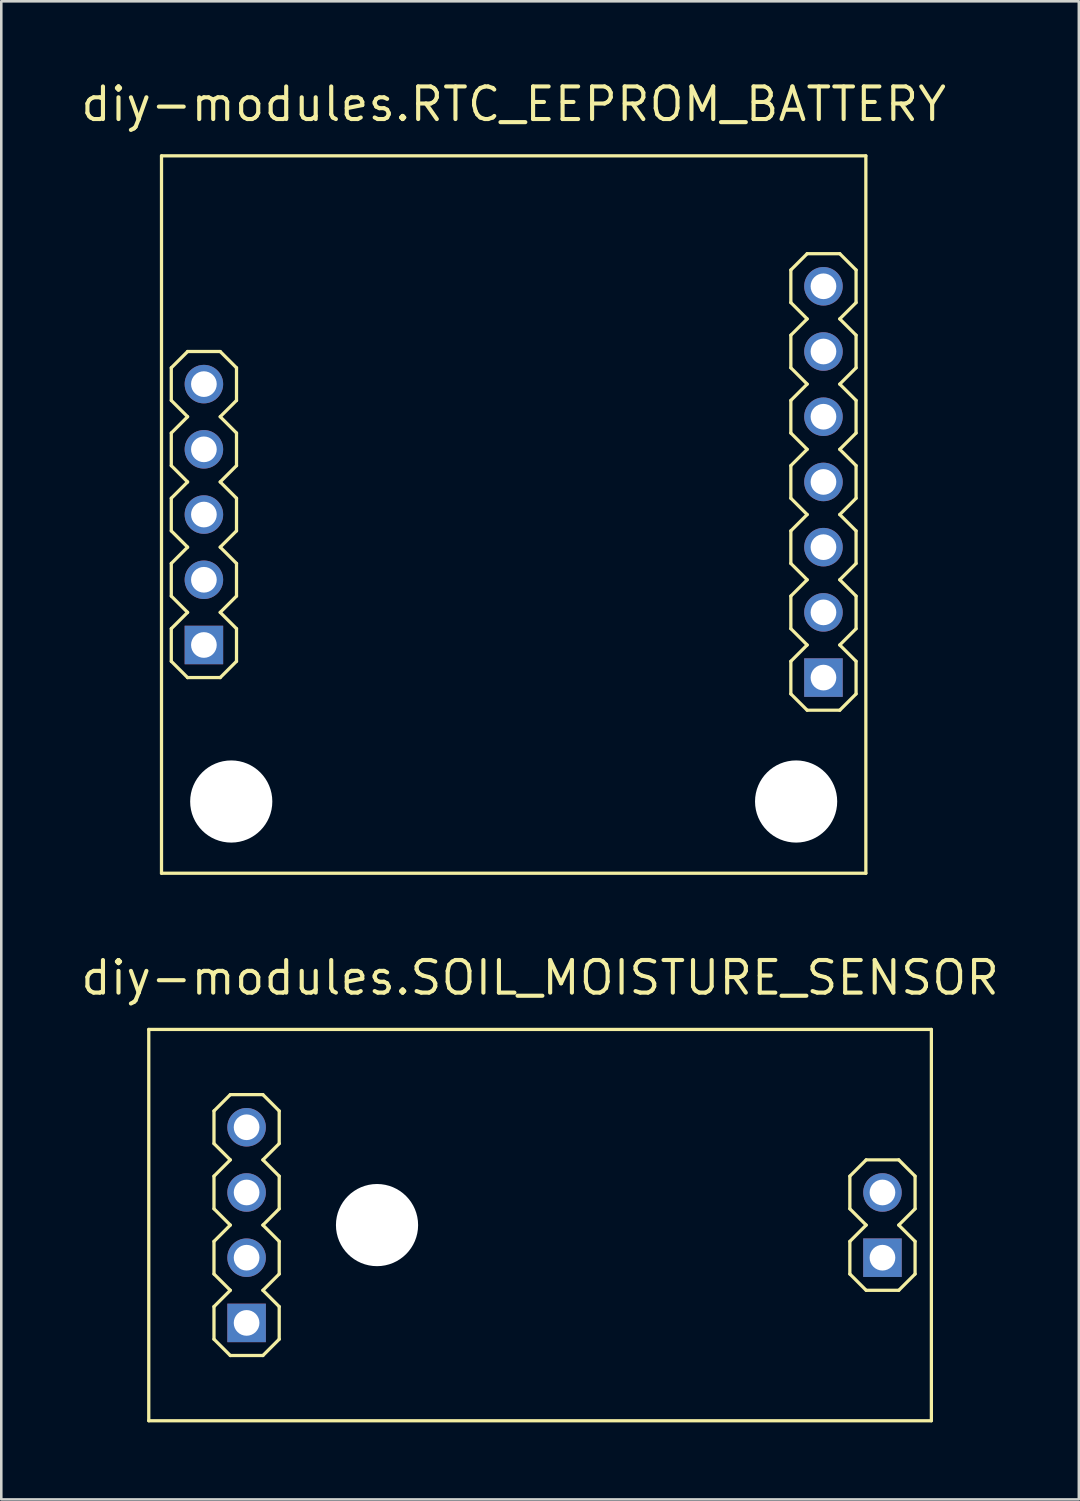
<source format=kicad_pcb>
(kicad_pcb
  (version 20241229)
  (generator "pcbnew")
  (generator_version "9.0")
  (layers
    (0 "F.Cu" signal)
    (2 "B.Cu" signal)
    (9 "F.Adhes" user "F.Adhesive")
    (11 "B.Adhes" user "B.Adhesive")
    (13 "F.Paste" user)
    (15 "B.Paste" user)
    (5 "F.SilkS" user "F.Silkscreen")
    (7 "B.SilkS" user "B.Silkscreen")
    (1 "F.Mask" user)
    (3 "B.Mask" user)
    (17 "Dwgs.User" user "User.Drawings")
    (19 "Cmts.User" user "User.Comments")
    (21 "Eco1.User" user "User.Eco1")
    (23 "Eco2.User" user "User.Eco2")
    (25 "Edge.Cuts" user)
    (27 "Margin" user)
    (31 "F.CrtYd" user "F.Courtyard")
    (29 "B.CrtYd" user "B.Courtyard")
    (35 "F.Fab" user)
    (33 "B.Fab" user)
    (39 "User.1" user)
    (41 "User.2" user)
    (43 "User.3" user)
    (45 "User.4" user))
  (footprint "diy-modules.RTC_EEPROM_BATTERY"
    (layer "F.Cu")
    (at 16.956 16.99)
    (property "Reference" "diy-modules.RTC_EEPROM_BATTERY" (at 0 -15.24 0) (layer "F.SilkS") (effects (font (size 1.27 1.27) (thickness 0.16)) (justify bottom)))
    (attr through_hole)
    (fp_line (start -13.716 -13.97) (end 13.716 -13.97) (stroke (width 0.127) (type default)) (layer "F.SilkS"))
    (fp_line (start -13.716 13.97) (end -13.716 -13.97) (stroke (width 0.127) (type default)) (layer "F.SilkS"))
    (fp_line (start -13.335 -5.715) (end -12.7 -6.35) (stroke (width 0.127) (type default)) (layer "F.SilkS"))
    (fp_line (start -13.335 -4.445) (end -13.335 -5.715) (stroke (width 0.127) (type default)) (layer "F.SilkS"))
    (fp_line (start -13.335 -3.175) (end -12.7 -3.81) (stroke (width 0.127) (type default)) (layer "F.SilkS"))
    (fp_line (start -13.335 -1.905) (end -13.335 -3.175) (stroke (width 0.127) (type default)) (layer "F.SilkS"))
    (fp_line (start -13.335 -0.635) (end -12.7 -1.27) (stroke (width 0.127) (type default)) (layer "F.SilkS"))
    (fp_line (start -13.335 0.635) (end -13.335 -0.635) (stroke (width 0.127) (type default)) (layer "F.SilkS"))
    (fp_line (start -13.335 1.905) (end -12.7 1.27) (stroke (width 0.127) (type default)) (layer "F.SilkS"))
    (fp_line (start -13.335 3.175) (end -13.335 1.905) (stroke (width 0.127) (type default)) (layer "F.SilkS"))
    (fp_line (start -13.335 4.445) (end -12.7 3.81) (stroke (width 0.127) (type default)) (layer "F.SilkS"))
    (fp_line (start -13.335 5.715) (end -13.335 4.445) (stroke (width 0.127) (type default)) (layer "F.SilkS"))
    (fp_line (start -12.7 -6.35) (end -11.43 -6.35) (stroke (width 0.127) (type default)) (layer "F.SilkS"))
    (fp_line (start -12.7 -3.81) (end -13.335 -4.445) (stroke (width 0.127) (type default)) (layer "F.SilkS"))
    (fp_line (start -12.7 -1.27) (end -13.335 -1.905) (stroke (width 0.127) (type default)) (layer "F.SilkS"))
    (fp_line (start -12.7 1.27) (end -13.335 0.635) (stroke (width 0.127) (type default)) (layer "F.SilkS"))
    (fp_line (start -12.7 3.81) (end -13.335 3.175) (stroke (width 0.127) (type default)) (layer "F.SilkS"))
    (fp_line (start -12.7 6.35) (end -13.335 5.715) (stroke (width 0.127) (type default)) (layer "F.SilkS"))
    (fp_line (start -11.43 -6.35) (end -10.795 -5.715) (stroke (width 0.127) (type default)) (layer "F.SilkS"))
    (fp_line (start -11.43 -3.81) (end -10.795 -3.175) (stroke (width 0.127) (type default)) (layer "F.SilkS"))
    (fp_line (start -11.43 -1.27) (end -10.795 -0.635) (stroke (width 0.127) (type default)) (layer "F.SilkS"))
    (fp_line (start -11.43 1.27) (end -10.795 1.905) (stroke (width 0.127) (type default)) (layer "F.SilkS"))
    (fp_line (start -11.43 3.81) (end -10.795 4.445) (stroke (width 0.127) (type default)) (layer "F.SilkS"))
    (fp_line (start -11.43 6.35) (end -12.7 6.35) (stroke (width 0.127) (type default)) (layer "F.SilkS"))
    (fp_line (start -10.795 -5.715) (end -10.795 -4.445) (stroke (width 0.127) (type default)) (layer "F.SilkS"))
    (fp_line (start -10.795 -4.445) (end -11.43 -3.81) (stroke (width 0.127) (type default)) (layer "F.SilkS"))
    (fp_line (start -10.795 -3.175) (end -10.795 -1.905) (stroke (width 0.127) (type default)) (layer "F.SilkS"))
    (fp_line (start -10.795 -1.905) (end -11.43 -1.27) (stroke (width 0.127) (type default)) (layer "F.SilkS"))
    (fp_line (start -10.795 -0.635) (end -10.795 0.635) (stroke (width 0.127) (type default)) (layer "F.SilkS"))
    (fp_line (start -10.795 0.635) (end -11.43 1.27) (stroke (width 0.127) (type default)) (layer "F.SilkS"))
    (fp_line (start -10.795 1.905) (end -10.795 3.175) (stroke (width 0.127) (type default)) (layer "F.SilkS"))
    (fp_line (start -10.795 3.175) (end -11.43 3.81) (stroke (width 0.127) (type default)) (layer "F.SilkS"))
    (fp_line (start -10.795 4.445) (end -10.795 5.715) (stroke (width 0.127) (type default)) (layer "F.SilkS"))
    (fp_line (start -10.795 5.715) (end -11.43 6.35) (stroke (width 0.127) (type default)) (layer "F.SilkS"))
    (fp_line (start 10.795 -9.525) (end 11.43 -10.16) (stroke (width 0.127) (type default)) (layer "F.SilkS"))
    (fp_line (start 10.795 -8.255) (end 10.795 -9.525) (stroke (width 0.127) (type default)) (layer "F.SilkS"))
    (fp_line (start 10.795 -6.985) (end 11.43 -7.62) (stroke (width 0.127) (type default)) (layer "F.SilkS"))
    (fp_line (start 10.795 -5.715) (end 10.795 -6.985) (stroke (width 0.127) (type default)) (layer "F.SilkS"))
    (fp_line (start 10.795 -4.445) (end 11.43 -5.08) (stroke (width 0.127) (type default)) (layer "F.SilkS"))
    (fp_line (start 10.795 -3.175) (end 10.795 -4.445) (stroke (width 0.127) (type default)) (layer "F.SilkS"))
    (fp_line (start 10.795 -1.905) (end 11.43 -2.54) (stroke (width 0.127) (type default)) (layer "F.SilkS"))
    (fp_line (start 10.795 -0.635) (end 10.795 -1.905) (stroke (width 0.127) (type default)) (layer "F.SilkS"))
    (fp_line (start 10.795 0.635) (end 11.43 0) (stroke (width 0.127) (type default)) (layer "F.SilkS"))
    (fp_line (start 10.795 1.905) (end 10.795 0.635) (stroke (width 0.127) (type default)) (layer "F.SilkS"))
    (fp_line (start 10.795 3.175) (end 11.43 2.54) (stroke (width 0.127) (type default)) (layer "F.SilkS"))
    (fp_line (start 10.795 4.445) (end 10.795 3.175) (stroke (width 0.127) (type default)) (layer "F.SilkS"))
    (fp_line (start 10.795 5.715) (end 11.43 5.08) (stroke (width 0.127) (type default)) (layer "F.SilkS"))
    (fp_line (start 10.795 6.985) (end 10.795 5.715) (stroke (width 0.127) (type default)) (layer "F.SilkS"))
    (fp_line (start 11.43 -10.16) (end 12.7 -10.16) (stroke (width 0.127) (type default)) (layer "F.SilkS"))
    (fp_line (start 11.43 -7.62) (end 10.795 -8.255) (stroke (width 0.127) (type default)) (layer "F.SilkS"))
    (fp_line (start 11.43 -5.08) (end 10.795 -5.715) (stroke (width 0.127) (type default)) (layer "F.SilkS"))
    (fp_line (start 11.43 -2.54) (end 10.795 -3.175) (stroke (width 0.127) (type default)) (layer "F.SilkS"))
    (fp_line (start 11.43 0) (end 10.795 -0.635) (stroke (width 0.127) (type default)) (layer "F.SilkS"))
    (fp_line (start 11.43 2.54) (end 10.795 1.905) (stroke (width 0.127) (type default)) (layer "F.SilkS"))
    (fp_line (start 11.43 5.08) (end 10.795 4.445) (stroke (width 0.127) (type default)) (layer "F.SilkS"))
    (fp_line (start 11.43 7.62) (end 10.795 6.985) (stroke (width 0.127) (type default)) (layer "F.SilkS"))
    (fp_line (start 12.7 -10.16) (end 13.335 -9.525) (stroke (width 0.127) (type default)) (layer "F.SilkS"))
    (fp_line (start 12.7 -7.62) (end 13.335 -6.985) (stroke (width 0.127) (type default)) (layer "F.SilkS"))
    (fp_line (start 12.7 -5.08) (end 13.335 -4.445) (stroke (width 0.127) (type default)) (layer "F.SilkS"))
    (fp_line (start 12.7 -2.54) (end 13.335 -1.905) (stroke (width 0.127) (type default)) (layer "F.SilkS"))
    (fp_line (start 12.7 0) (end 13.335 0.635) (stroke (width 0.127) (type default)) (layer "F.SilkS"))
    (fp_line (start 12.7 2.54) (end 13.335 3.175) (stroke (width 0.127) (type default)) (layer "F.SilkS"))
    (fp_line (start 12.7 5.08) (end 13.335 5.715) (stroke (width 0.127) (type default)) (layer "F.SilkS"))
    (fp_line (start 12.7 7.62) (end 11.43 7.62) (stroke (width 0.127) (type default)) (layer "F.SilkS"))
    (fp_line (start 13.335 -9.525) (end 13.335 -8.255) (stroke (width 0.127) (type default)) (layer "F.SilkS"))
    (fp_line (start 13.335 -8.255) (end 12.7 -7.62) (stroke (width 0.127) (type default)) (layer "F.SilkS"))
    (fp_line (start 13.335 -6.985) (end 13.335 -5.715) (stroke (width 0.127) (type default)) (layer "F.SilkS"))
    (fp_line (start 13.335 -5.715) (end 12.7 -5.08) (stroke (width 0.127) (type default)) (layer "F.SilkS"))
    (fp_line (start 13.335 -4.445) (end 13.335 -3.175) (stroke (width 0.127) (type default)) (layer "F.SilkS"))
    (fp_line (start 13.335 -3.175) (end 12.7 -2.54) (stroke (width 0.127) (type default)) (layer "F.SilkS"))
    (fp_line (start 13.335 -1.905) (end 13.335 -0.635) (stroke (width 0.127) (type default)) (layer "F.SilkS"))
    (fp_line (start 13.335 -0.635) (end 12.7 0) (stroke (width 0.127) (type default)) (layer "F.SilkS"))
    (fp_line (start 13.335 0.635) (end 13.335 1.905) (stroke (width 0.127) (type default)) (layer "F.SilkS"))
    (fp_line (start 13.335 1.905) (end 12.7 2.54) (stroke (width 0.127) (type default)) (layer "F.SilkS"))
    (fp_line (start 13.335 3.175) (end 13.335 4.445) (stroke (width 0.127) (type default)) (layer "F.SilkS"))
    (fp_line (start 13.335 4.445) (end 12.7 5.08) (stroke (width 0.127) (type default)) (layer "F.SilkS"))
    (fp_line (start 13.335 5.715) (end 13.335 6.985) (stroke (width 0.127) (type default)) (layer "F.SilkS"))
    (fp_line (start 13.335 6.985) (end 12.7 7.62) (stroke (width 0.127) (type default)) (layer "F.SilkS"))
    (fp_line (start 13.716 -13.97) (end 13.716 13.97) (stroke (width 0.127) (type default)) (layer "F.SilkS"))
    (fp_line (start 13.716 13.97) (end -13.716 13.97) (stroke (width 0.127) (type default)) (layer "F.SilkS"))
    (pad "" np_thru_hole circle (at -11 11.176) (size 3.2 3.2) (drill 3.2) (layers "*.Cu" "*.Mask"))
    (pad "" np_thru_hole circle (at 11 11.176) (size 3.2 3.2) (drill 3.2) (layers "*.Cu" "*.Mask"))
    (pad "J1.1" thru_hole rect (at -12.065 5.08) (size 1.5 1.5) (drill 1) (layers "*.Cu" "*.Mask"))
    (pad "J1.2" thru_hole circle (at -12.065 2.54) (size 1.5 1.5) (drill 1) (layers "*.Cu" "*.Mask"))
    (pad "J1.3" thru_hole circle (at -12.065 0) (size 1.5 1.5) (drill 1) (layers "*.Cu" "*.Mask"))
    (pad "J1.4" thru_hole circle (at -12.065 -2.54) (size 1.5 1.5) (drill 1) (layers "*.Cu" "*.Mask"))
    (pad "J1.5" thru_hole circle (at -12.065 -5.08) (size 1.5 1.5) (drill 1) (layers "*.Cu" "*.Mask"))
    (pad "J2.1" thru_hole rect (at 12.065 6.35) (size 1.5 1.5) (drill 1) (layers "*.Cu" "*.Mask"))
    (pad "J2.2" thru_hole circle (at 12.065 3.81) (size 1.5 1.5) (drill 1) (layers "*.Cu" "*.Mask"))
    (pad "J2.3" thru_hole circle (at 12.065 1.27) (size 1.5 1.5) (drill 1) (layers "*.Cu" "*.Mask"))
    (pad "J2.4" thru_hole circle (at 12.065 -1.27) (size 1.5 1.5) (drill 1) (layers "*.Cu" "*.Mask"))
    (pad "J2.5" thru_hole circle (at 12.065 -3.81) (size 1.5 1.5) (drill 1) (layers "*.Cu" "*.Mask"))
    (pad "J2.6" thru_hole circle (at 12.065 -6.35) (size 1.5 1.5) (drill 1) (layers "*.Cu" "*.Mask"))
    (pad "J2.7" thru_hole circle (at 12.065 -8.89) (size 1.5 1.5) (drill 1) (layers "*.Cu" "*.Mask")))
  (footprint "diy-modules.SOIL_MOISTURE_SENSOR"
    (layer "F.Cu")
    (at 17.984 44.663)
    (property "Reference" "diy-modules.SOIL_MOISTURE_SENSOR" (at 0 -8.89 0) (layer "F.SilkS") (effects (font (size 1.27 1.27) (thickness 0.16)) (justify bottom)))
    (attr through_hole)
    (fp_line (start -15.24 -7.62) (end 15.24 -7.62) (stroke (width 0.127) (type default)) (layer "F.SilkS"))
    (fp_line (start -15.24 7.62) (end -15.24 -7.62) (stroke (width 0.127) (type default)) (layer "F.SilkS"))
    (fp_line (start -12.7 -4.445) (end -12.065 -5.08) (stroke (width 0.127) (type default)) (layer "F.SilkS"))
    (fp_line (start -12.7 -3.175) (end -12.7 -4.445) (stroke (width 0.127) (type default)) (layer "F.SilkS"))
    (fp_line (start -12.7 -1.905) (end -12.065 -2.54) (stroke (width 0.127) (type default)) (layer "F.SilkS"))
    (fp_line (start -12.7 -0.635) (end -12.7 -1.905) (stroke (width 0.127) (type default)) (layer "F.SilkS"))
    (fp_line (start -12.7 0.635) (end -12.065 0) (stroke (width 0.127) (type default)) (layer "F.SilkS"))
    (fp_line (start -12.7 1.905) (end -12.7 0.635) (stroke (width 0.127) (type default)) (layer "F.SilkS"))
    (fp_line (start -12.7 3.175) (end -12.065 2.54) (stroke (width 0.127) (type default)) (layer "F.SilkS"))
    (fp_line (start -12.7 4.445) (end -12.7 3.175) (stroke (width 0.127) (type default)) (layer "F.SilkS"))
    (fp_line (start -12.065 -5.08) (end -10.795 -5.08) (stroke (width 0.127) (type default)) (layer "F.SilkS"))
    (fp_line (start -12.065 -2.54) (end -12.7 -3.175) (stroke (width 0.127) (type default)) (layer "F.SilkS"))
    (fp_line (start -12.065 0) (end -12.7 -0.635) (stroke (width 0.127) (type default)) (layer "F.SilkS"))
    (fp_line (start -12.065 2.54) (end -12.7 1.905) (stroke (width 0.127) (type default)) (layer "F.SilkS"))
    (fp_line (start -12.065 5.08) (end -12.7 4.445) (stroke (width 0.127) (type default)) (layer "F.SilkS"))
    (fp_line (start -10.795 -5.08) (end -10.16 -4.445) (stroke (width 0.127) (type default)) (layer "F.SilkS"))
    (fp_line (start -10.795 -2.54) (end -10.16 -1.905) (stroke (width 0.127) (type default)) (layer "F.SilkS"))
    (fp_line (start -10.795 0) (end -10.16 0.635) (stroke (width 0.127) (type default)) (layer "F.SilkS"))
    (fp_line (start -10.795 2.54) (end -10.16 3.175) (stroke (width 0.127) (type default)) (layer "F.SilkS"))
    (fp_line (start -10.795 5.08) (end -12.065 5.08) (stroke (width 0.127) (type default)) (layer "F.SilkS"))
    (fp_line (start -10.16 -4.445) (end -10.16 -3.175) (stroke (width 0.127) (type default)) (layer "F.SilkS"))
    (fp_line (start -10.16 -3.175) (end -10.795 -2.54) (stroke (width 0.127) (type default)) (layer "F.SilkS"))
    (fp_line (start -10.16 -1.905) (end -10.16 -0.635) (stroke (width 0.127) (type default)) (layer "F.SilkS"))
    (fp_line (start -10.16 -0.635) (end -10.795 0) (stroke (width 0.127) (type default)) (layer "F.SilkS"))
    (fp_line (start -10.16 0.635) (end -10.16 1.905) (stroke (width 0.127) (type default)) (layer "F.SilkS"))
    (fp_line (start -10.16 1.905) (end -10.795 2.54) (stroke (width 0.127) (type default)) (layer "F.SilkS"))
    (fp_line (start -10.16 3.175) (end -10.16 4.445) (stroke (width 0.127) (type default)) (layer "F.SilkS"))
    (fp_line (start -10.16 4.445) (end -10.795 5.08) (stroke (width 0.127) (type default)) (layer "F.SilkS"))
    (fp_line (start 12.065 -1.905) (end 12.7 -2.54) (stroke (width 0.127) (type default)) (layer "F.SilkS"))
    (fp_line (start 12.065 -0.635) (end 12.065 -1.905) (stroke (width 0.127) (type default)) (layer "F.SilkS"))
    (fp_line (start 12.065 0.635) (end 12.7 0) (stroke (width 0.127) (type default)) (layer "F.SilkS"))
    (fp_line (start 12.065 1.905) (end 12.065 0.635) (stroke (width 0.127) (type default)) (layer "F.SilkS"))
    (fp_line (start 12.7 -2.54) (end 13.97 -2.54) (stroke (width 0.127) (type default)) (layer "F.SilkS"))
    (fp_line (start 12.7 0) (end 12.065 -0.635) (stroke (width 0.127) (type default)) (layer "F.SilkS"))
    (fp_line (start 12.7 2.54) (end 12.065 1.905) (stroke (width 0.127) (type default)) (layer "F.SilkS"))
    (fp_line (start 13.97 -2.54) (end 14.605 -1.905) (stroke (width 0.127) (type default)) (layer "F.SilkS"))
    (fp_line (start 13.97 0) (end 14.605 0.635) (stroke (width 0.127) (type default)) (layer "F.SilkS"))
    (fp_line (start 13.97 2.54) (end 12.7 2.54) (stroke (width 0.127) (type default)) (layer "F.SilkS"))
    (fp_line (start 14.605 -1.905) (end 14.605 -0.635) (stroke (width 0.127) (type default)) (layer "F.SilkS"))
    (fp_line (start 14.605 -0.635) (end 13.97 0) (stroke (width 0.127) (type default)) (layer "F.SilkS"))
    (fp_line (start 14.605 0.635) (end 14.605 1.905) (stroke (width 0.127) (type default)) (layer "F.SilkS"))
    (fp_line (start 14.605 1.905) (end 13.97 2.54) (stroke (width 0.127) (type default)) (layer "F.SilkS"))
    (fp_line (start 15.24 -7.62) (end 15.24 7.62) (stroke (width 0.127) (type default)) (layer "F.SilkS"))
    (fp_line (start 15.24 7.62) (end -15.24 7.62) (stroke (width 0.127) (type default)) (layer "F.SilkS"))
    (pad "" np_thru_hole circle (at -6.35 0) (size 3.2 3.2) (drill 3.2) (layers "*.Cu" "*.Mask"))
    (pad "J1.1" thru_hole rect (at -11.43 3.81) (size 1.5 1.5) (drill 1) (layers "*.Cu" "*.Mask"))
    (pad "J1.2" thru_hole circle (at -11.43 1.27) (size 1.5 1.5) (drill 1) (layers "*.Cu" "*.Mask"))
    (pad "J1.3" thru_hole circle (at -11.43 -1.27) (size 1.5 1.5) (drill 1) (layers "*.Cu" "*.Mask"))
    (pad "J1.4" thru_hole circle (at -11.43 -3.81) (size 1.5 1.5) (drill 1) (layers "*.Cu" "*.Mask"))
    (pad "J2.1" thru_hole rect (at 13.335 1.27) (size 1.5 1.5) (drill 1) (layers "*.Cu" "*.Mask"))
    (pad "J2.2" thru_hole circle (at 13.335 -1.27) (size 1.5 1.5) (drill 1) (layers "*.Cu" "*.Mask")))
  (gr_rect
    (start -3 -3)
    (end 38.967 55.347)
    (stroke (width 0.1) (type default))
    (fill no)
    (layer "Edge.Cuts")))
</source>
